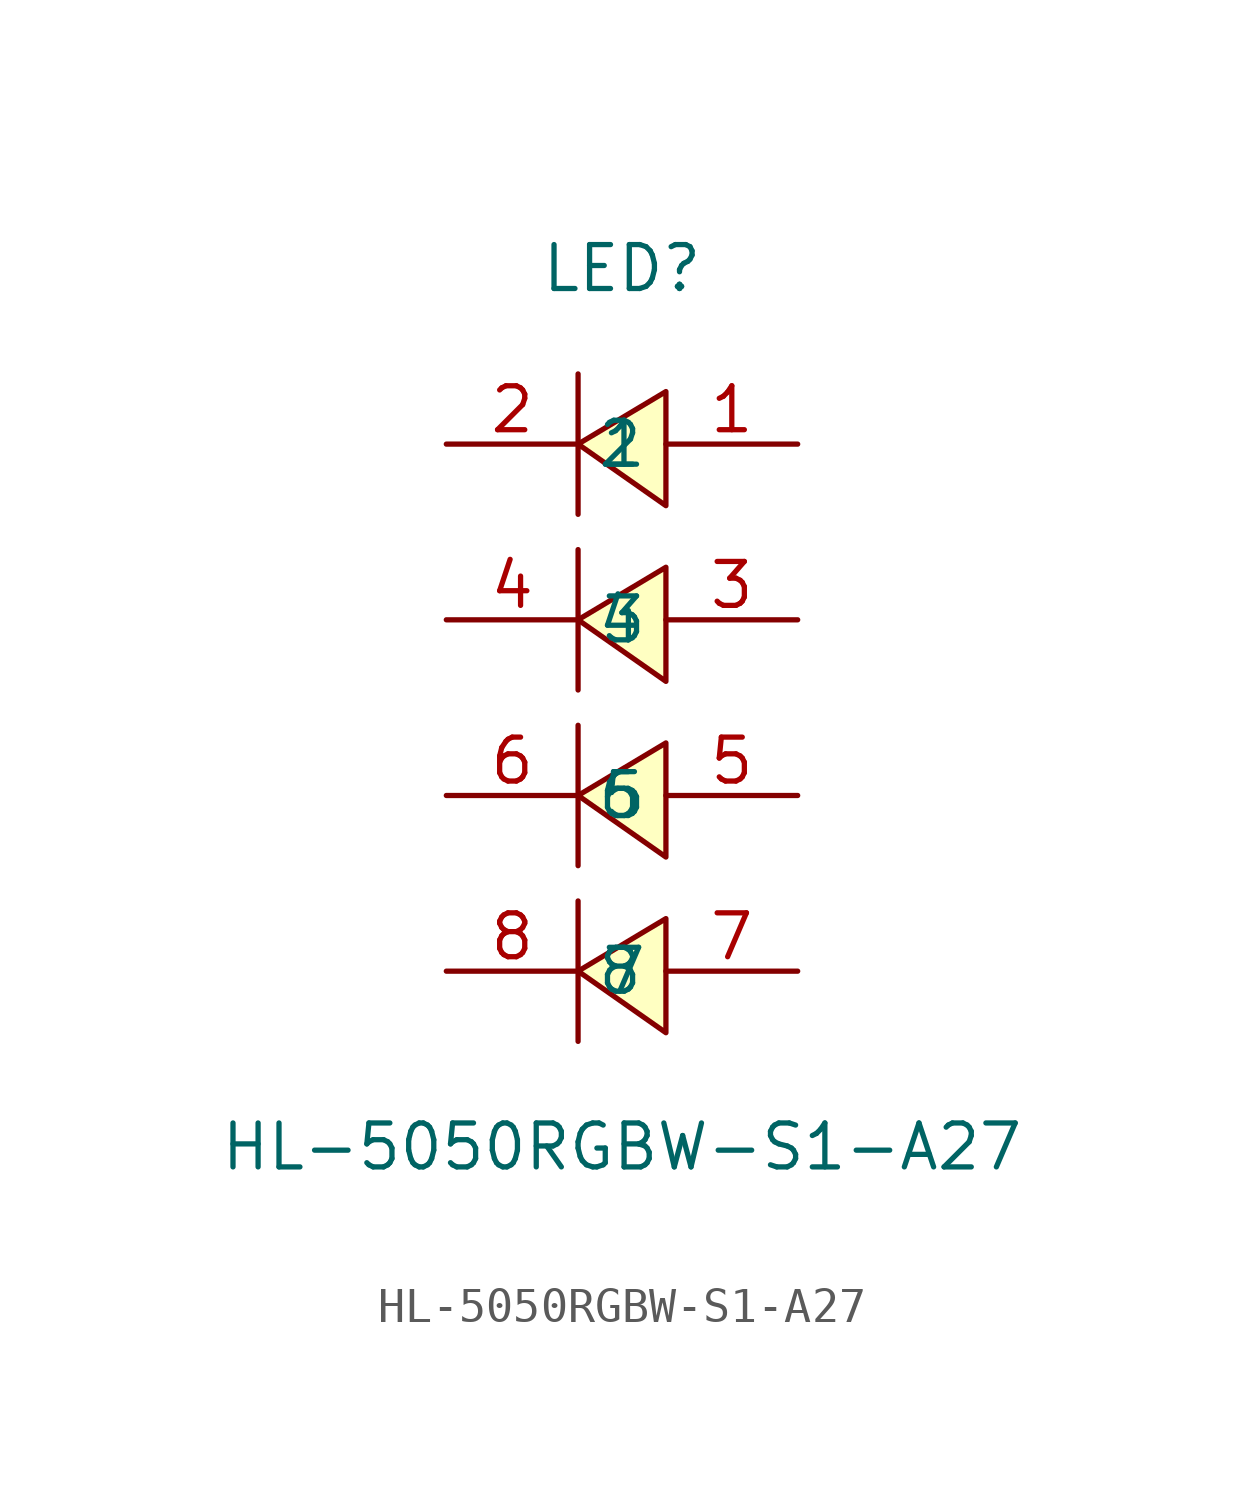
<source format=kicad_sym>
(kicad_symbol_lib
  (version 1)
  (generator "faebryk")
  (symbol "HL-5050RGBW-S1-A27"
    (property "Reference" "LED"
      (at 0 12.7 0)
      (effects (font (size 1.27 1.27)) (hide no)))
    (property "Value" "HL-5050RGBW-S1-A27"
      (at 0 -12.7 0)
      (effects (font (size 1.27 1.27)) (hide no)))
    (symbol "HL-5050RGBW-S1-A27_0_1"
      (polyline (stroke (width 0) (type default) (color 0 0 0 0)) (fill (type background)) (pts (xy 1.27 4.06) (xy -1.27 2.54) (xy 1.27 0.76) (xy 1.27 4.06)))
      (polyline (stroke (width 0) (type default) (color 0 0 0 0)) (fill (type background)) (pts (xy 1.27 9.14) (xy -1.27 7.62) (xy 1.27 5.84) (xy 1.27 9.14)))
      (polyline (stroke (width 0) (type default) (color 0 0 0 0)) (fill (type background)) (pts (xy 1.27 -1.02) (xy -1.27 -2.54) (xy 1.27 -4.32) (xy 1.27 -1.02)))
      (polyline (stroke (width 0) (type default) (color 0 0 0 0)) (fill (type background)) (pts (xy 1.27 -6.1) (xy -1.27 -7.62) (xy 1.27 -9.4) (xy 1.27 -6.1)))
      (polyline (stroke (width 0) (type default) (color 0 0 0 0)) (fill (type none)) (pts (xy -1.27 0.51) (xy -1.27 4.57)))
      (polyline (stroke (width 0) (type default) (color 0 0 0 0)) (fill (type none)) (pts (xy -1.27 5.59) (xy -1.27 9.65)))
      (polyline (stroke (width 0) (type default) (color 0 0 0 0)) (fill (type none)) (pts (xy -1.27 -4.57) (xy -1.27 -0.51)))
      (polyline (stroke (width 0) (type default) (color 0 0 0 0)) (fill (type none)) (pts (xy -1.27 -9.65) (xy -1.27 -5.59)))
      (pin unspecified line (at 5.08 2.54 180) (length 3.81) (name "3" (effects (font (size 1.27 1.27)) (hide no))) (number "3" (effects (font (size 1.27 1.27)) (hide no))))
      (pin unspecified line (at -5.08 7.62 0) (length 3.81) (name "2" (effects (font (size 1.27 1.27)) (hide no))) (number "2" (effects (font (size 1.27 1.27)) (hide no))))
      (pin unspecified line (at 5.08 7.62 180) (length 3.81) (name "1" (effects (font (size 1.27 1.27)) (hide no))) (number "1" (effects (font (size 1.27 1.27)) (hide no))))
      (pin unspecified line (at -5.08 2.54 0) (length 3.81) (name "4" (effects (font (size 1.27 1.27)) (hide no))) (number "4" (effects (font (size 1.27 1.27)) (hide no))))
      (pin unspecified line (at 5.08 -2.54 180) (length 3.81) (name "5" (effects (font (size 1.27 1.27)) (hide no))) (number "5" (effects (font (size 1.27 1.27)) (hide no))))
      (pin unspecified line (at -5.08 -2.54 0) (length 3.81) (name "6" (effects (font (size 1.27 1.27)) (hide no))) (number "6" (effects (font (size 1.27 1.27)) (hide no))))
      (pin unspecified line (at -5.08 -7.62 0) (length 3.81) (name "8" (effects (font (size 1.27 1.27)) (hide no))) (number "8" (effects (font (size 1.27 1.27)) (hide no))))
      (pin unspecified line (at 5.08 -7.62 180) (length 3.81) (name "7" (effects (font (size 1.27 1.27)) (hide no))) (number "7" (effects (font (size 1.27 1.27)) (hide no)))))))
</source>
